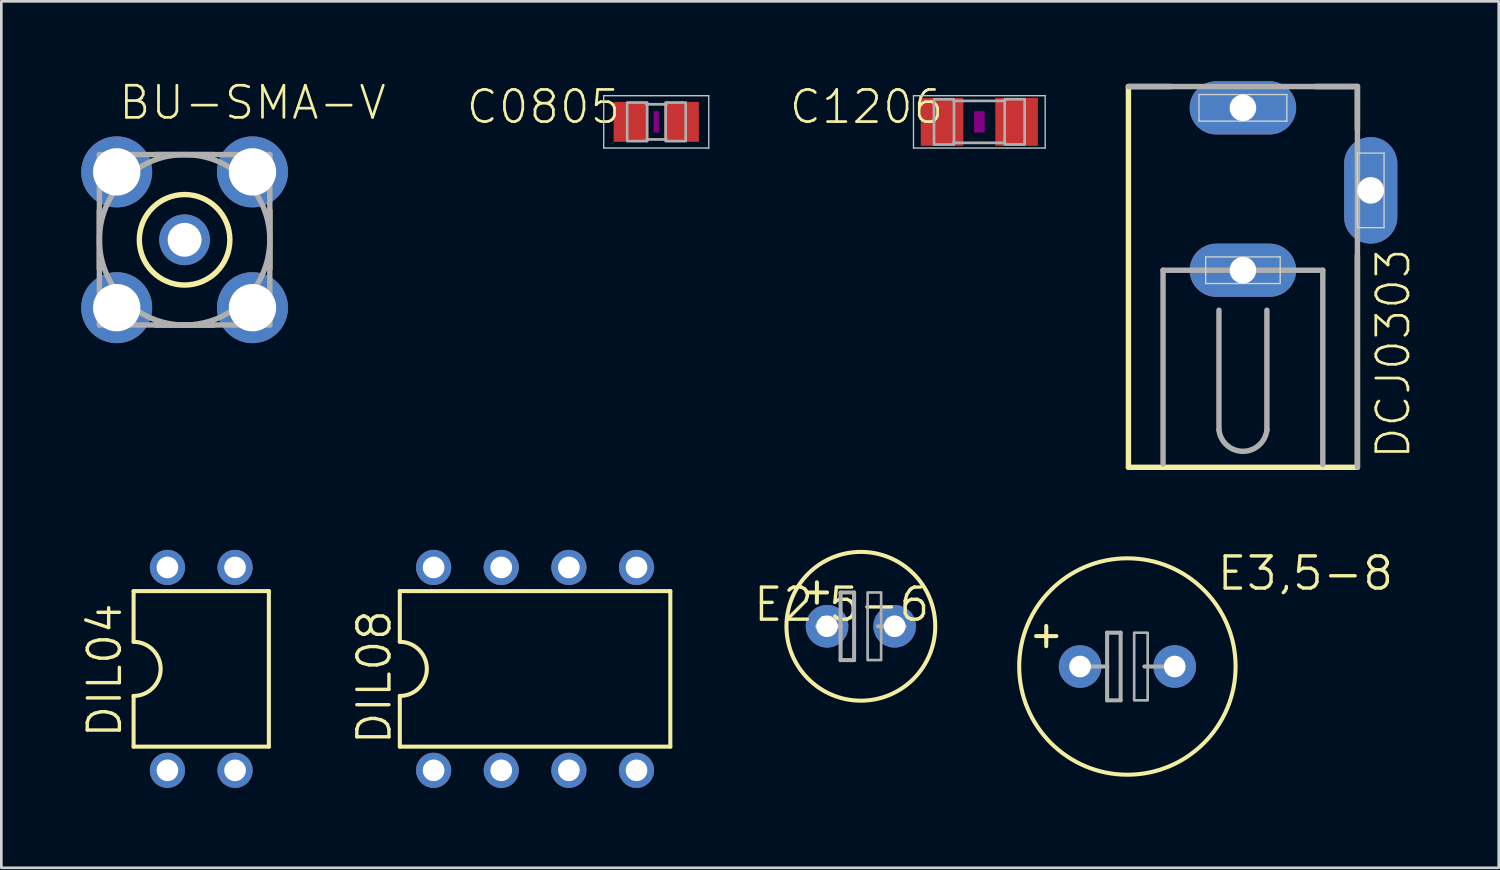
<source format=kicad_pcb>
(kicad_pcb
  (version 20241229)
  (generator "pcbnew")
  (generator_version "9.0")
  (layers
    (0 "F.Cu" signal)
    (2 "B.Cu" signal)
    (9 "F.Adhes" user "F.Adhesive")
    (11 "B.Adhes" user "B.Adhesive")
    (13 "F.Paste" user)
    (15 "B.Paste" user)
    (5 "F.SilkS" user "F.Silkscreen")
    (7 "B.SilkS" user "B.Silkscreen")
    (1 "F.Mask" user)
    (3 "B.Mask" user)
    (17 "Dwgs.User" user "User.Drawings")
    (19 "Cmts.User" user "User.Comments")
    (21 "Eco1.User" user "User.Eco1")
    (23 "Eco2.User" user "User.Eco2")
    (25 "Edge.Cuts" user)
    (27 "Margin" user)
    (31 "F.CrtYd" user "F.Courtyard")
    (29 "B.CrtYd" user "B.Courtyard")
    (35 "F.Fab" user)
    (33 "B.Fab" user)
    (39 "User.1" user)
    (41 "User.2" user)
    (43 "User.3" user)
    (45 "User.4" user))
  (footprint "BU-SMA-V"
    (layer "F.Cu")
    (at 3.883 5.956)
    (property "Reference" "BU-SMA-V" (at -2.54 -4.445 0) (layer "F.SilkS") (effects (font (size 1.206 1.206) (thickness 0.102)) (justify left bottom)))
    (attr through_hole)
    (fp_line (start -3.2 1.1) (end -3.2 -1.1) (stroke (width 0.203) (type solid)) (layer "F.SilkS"))
    (fp_line (start -1.1 -3.2) (end 1.1 -3.2) (stroke (width 0.203) (type solid)) (layer "F.SilkS"))
    (fp_line (start 1.1 3.2) (end -1.1 3.2) (stroke (width 0.203) (type solid)) (layer "F.SilkS"))
    (fp_line (start 3.2 -1.1) (end 3.2 1.1) (stroke (width 0.203) (type solid)) (layer "F.SilkS"))
    (fp_circle (center 0 0) (end 1.7 0) (stroke (width 0.203) (type solid)) (fill no) (layer "F.SilkS"))
    (fp_line (start -3.2 3.2) (end -3.2 -3.2) (stroke (width 0.203) (type solid)) (layer "F.Fab"))
    (fp_line (start -3.2 -3.2) (end 3.2 -3.2) (stroke (width 0.203) (type solid)) (layer "F.Fab"))
    (fp_line (start 3.2 3.2) (end -3.2 3.2) (stroke (width 0.203) (type solid)) (layer "F.Fab"))
    (fp_line (start 3.2 -3.2) (end 3.2 3.2) (stroke (width 0.203) (type solid)) (layer "F.Fab"))
    (fp_circle (center 0 0) (end 3.2 0) (stroke (width 0.203) (type solid)) (fill no) (layer "F.Fab"))
    (pad "1" thru_hole circle (at 0 0) (size 1.905 1.905) (drill 1.27) (layers "*.Cu" "*.Mask"))
    (pad "2" thru_hole circle (at -2.55 -2.55) (size 2.667 2.667) (drill 1.778) (layers "*.Cu" "*.Mask"))
    (pad "3" thru_hole circle (at 2.55 -2.55) (size 2.667 2.667) (drill 1.778) (layers "*.Cu" "*.Mask"))
    (pad "4" thru_hole circle (at 2.55 2.55) (size 2.667 2.667) (drill 1.778) (layers "*.Cu" "*.Mask"))
    (pad "5" thru_hole circle (at -2.55 2.55) (size 2.667 2.667) (drill 1.778) (layers "*.Cu" "*.Mask")))
  (footprint "DIL08"
    (layer "F.Cu")
    (at 17.046 22.072)
    (property "Reference" "DIL08" (at -5.334 2.921 90) (layer "F.SilkS") (effects (font (size 1.206 1.206) (thickness 0.127)) (justify left bottom)))
    (attr through_hole)
    (fp_line (start -5.08 -2.921) (end -5.08 -1.016) (stroke (width 0.152) (type solid)) (layer "F.SilkS"))
    (fp_line (start -5.08 2.921) (end -5.08 1.016) (stroke (width 0.152) (type solid)) (layer "F.SilkS"))
    (fp_line (start -5.08 2.921) (end 5.08 2.921) (stroke (width 0.152) (type solid)) (layer "F.SilkS"))
    (fp_line (start 5.08 -2.921) (end -5.08 -2.921) (stroke (width 0.152) (type solid)) (layer "F.SilkS"))
    (fp_line (start 5.08 -2.921) (end 5.08 2.921) (stroke (width 0.152) (type solid)) (layer "F.SilkS"))
    (fp_arc (start -5.08 -1.016) (mid -4.064 0) (end -5.08 1.016) (stroke (width 0.1524) (type solid)) (layer "F.SilkS"))
    (pad "1" thru_hole circle (at -3.81 3.81 270) (size 1.321 1.321) (drill 0.813) (layers "*.Cu" "*.Mask"))
    (pad "2" thru_hole circle (at -1.27 3.81 270) (size 1.321 1.321) (drill 0.813) (layers "*.Cu" "*.Mask"))
    (pad "3" thru_hole circle (at 1.27 3.81 270) (size 1.321 1.321) (drill 0.813) (layers "*.Cu" "*.Mask"))
    (pad "4" thru_hole circle (at 3.81 3.81 270) (size 1.321 1.321) (drill 0.813) (layers "*.Cu" "*.Mask"))
    (pad "5" thru_hole circle (at 3.81 -3.81 90) (size 1.321 1.321) (drill 0.813) (layers "*.Cu" "*.Mask"))
    (pad "6" thru_hole circle (at 1.27 -3.81 90) (size 1.321 1.321) (drill 0.813) (layers "*.Cu" "*.Mask"))
    (pad "7" thru_hole circle (at -1.27 -3.81 90) (size 1.321 1.321) (drill 0.813) (layers "*.Cu" "*.Mask"))
    (pad "8" thru_hole circle (at -3.81 -3.81 90) (size 1.321 1.321) (drill 0.813) (layers "*.Cu" "*.Mask")))
  (footprint "C0805"
    (layer "F.Cu")
    (at 21.597 1.527)
    (property "Reference" "C0805" (at -1.27 -1.27 0) (layer "F.SilkS") (effects (font (size 1.206 1.206) (thickness 0.102)) (justify right top)))
    (attr through_hole)
    (fp_poly (pts (xy -0.1 0.4) (xy 0.1 0.4) (xy 0.1 -0.4) (xy -0.1 -0.4)) (stroke (width 0) (type solid)) (fill yes) (layer "F.Adhes"))
    (fp_line (start -1.973 -0.983) (end 1.973 -0.983) (stroke (width 0.051) (type solid)) (layer "Dwgs.User"))
    (fp_line (start -1.973 0.983) (end -1.973 -0.983) (stroke (width 0.051) (type solid)) (layer "Dwgs.User"))
    (fp_line (start 1.973 -0.983) (end 1.973 0.983) (stroke (width 0.051) (type solid)) (layer "Dwgs.User"))
    (fp_line (start 1.973 0.983) (end -1.973 0.983) (stroke (width 0.051) (type solid)) (layer "Dwgs.User"))
    (fp_line (start -0.381 -0.66) (end 0.381 -0.66) (stroke (width 0.102) (type solid)) (layer "F.Fab"))
    (fp_line (start -0.356 0.66) (end 0.381 0.66) (stroke (width 0.102) (type solid)) (layer "F.Fab"))
    (fp_poly (pts (xy -1.092 0.724) (xy -0.342 0.724) (xy -0.342 -0.726) (xy -1.092 -0.726)) (stroke (width 0.1) (type solid)) (fill no) (layer "F.Fab"))
    (fp_poly (pts (xy 0.356 0.724) (xy 1.106 0.724) (xy 1.106 -0.726) (xy 0.356 -0.726)) (stroke (width 0.1) (type solid)) (fill no) (layer "F.Fab"))
    (pad "1" smd rect (at -0.95 0) (size 1.3 1.5) (layers "F.Cu" "F.Mask" "F.Paste"))
    (pad "2" smd rect (at 0.95 0) (size 1.3 1.5) (layers "F.Cu" "F.Mask" "F.Paste")))
  (footprint "C1206"
    (layer "F.Cu")
    (at 33.732 1.527)
    (property "Reference" "C1206" (at -1.27 -1.27 0) (layer "F.SilkS") (effects (font (size 1.206 1.206) (thickness 0.102)) (justify right top)))
    (attr through_hole)
    (fp_poly (pts (xy -0.2 0.4) (xy 0.2 0.4) (xy 0.2 -0.4) (xy -0.2 -0.4)) (stroke (width 0) (type solid)) (fill yes) (layer "F.Adhes"))
    (fp_line (start -2.473 -0.983) (end 2.473 -0.983) (stroke (width 0.051) (type solid)) (layer "Dwgs.User"))
    (fp_line (start -2.473 0.983) (end -2.473 -0.983) (stroke (width 0.051) (type solid)) (layer "Dwgs.User"))
    (fp_line (start 2.473 -0.983) (end 2.473 0.983) (stroke (width 0.051) (type solid)) (layer "Dwgs.User"))
    (fp_line (start 2.473 0.983) (end -2.473 0.983) (stroke (width 0.051) (type solid)) (layer "Dwgs.User"))
    (fp_line (start -0.965 -0.787) (end 0.965 -0.787) (stroke (width 0.102) (type solid)) (layer "F.Fab"))
    (fp_line (start -0.965 0.787) (end 0.965 0.787) (stroke (width 0.102) (type solid)) (layer "F.Fab"))
    (fp_poly (pts (xy -1.702 0.851) (xy -0.952 0.851) (xy -0.952 -0.849) (xy -1.702 -0.849)) (stroke (width 0.1) (type solid)) (fill no) (layer "F.Fab"))
    (fp_poly (pts (xy 0.952 0.849) (xy 1.702 0.849) (xy 1.702 -0.851) (xy 0.952 -0.851)) (stroke (width 0.1) (type solid)) (fill no) (layer "F.Fab"))
    (pad "1" smd rect (at -1.4 0) (size 1.6 1.8) (layers "F.Cu" "F.Mask" "F.Paste"))
    (pad "2" smd rect (at 1.4 0) (size 1.6 1.8) (layers "F.Cu" "F.Mask" "F.Paste")))
  (footprint "E3,5-8"
    (layer "F.Cu")
    (at 39.293 21.983)
    (property "Reference" "E3,5-8" (at 3.302 -2.794 0) (layer "F.SilkS") (effects (font (size 1.206 1.206) (thickness 0.127)) (justify left bottom)))
    (attr through_hole)
    (fp_line (start -3.429 -1.143) (end -2.667 -1.143) (stroke (width 0.152) (type solid)) (layer "F.SilkS"))
    (fp_line (start -3.048 -0.762) (end -3.048 -1.524) (stroke (width 0.152) (type solid)) (layer "F.SilkS"))
    (fp_circle (center 0 0) (end 4.064 0) (stroke (width 0.152) (type solid)) (fill no) (layer "F.SilkS"))
    (fp_line (start -1.651 0) (end -0.762 0) (stroke (width 0.152) (type solid)) (layer "F.Fab"))
    (fp_line (start -0.762 -1.27) (end -0.762 0) (stroke (width 0.152) (type solid)) (layer "F.Fab"))
    (fp_line (start -0.762 0) (end -0.762 1.27) (stroke (width 0.152) (type solid)) (layer "F.Fab"))
    (fp_line (start -0.762 1.27) (end -0.254 1.27) (stroke (width 0.152) (type solid)) (layer "F.Fab"))
    (fp_line (start -0.254 -1.27) (end -0.762 -1.27) (stroke (width 0.152) (type solid)) (layer "F.Fab"))
    (fp_line (start -0.254 1.27) (end -0.254 -1.27) (stroke (width 0.152) (type solid)) (layer "F.Fab"))
    (fp_line (start 0.635 0) (end 1.651 0) (stroke (width 0.152) (type solid)) (layer "F.Fab"))
    (fp_poly (pts (xy 0.254 1.27) (xy 0.762 1.27) (xy 0.762 -1.27) (xy 0.254 -1.27)) (stroke (width 0.1) (type solid)) (fill no) (layer "F.Fab"))
    (pad "+" thru_hole circle (at -1.778 0) (size 1.6 1.6) (drill 0.813) (layers "*.Cu" "*.Mask"))
    (pad "-" thru_hole circle (at 1.778 0) (size 1.6 1.6) (drill 0.813) (layers "*.Cu" "*.Mask")))
  (footprint "DIL04"
    (layer "F.Cu")
    (at 4.508 22.072)
    (property "Reference" "DIL04" (at -2.921 2.667 90) (layer "F.SilkS") (effects (font (size 1.206 1.206) (thickness 0.127)) (justify left bottom)))
    (attr through_hole)
    (fp_line (start -2.54 -2.921) (end -2.54 -1.016) (stroke (width 0.152) (type solid)) (layer "F.SilkS"))
    (fp_line (start -2.54 2.921) (end -2.54 1.016) (stroke (width 0.152) (type solid)) (layer "F.SilkS"))
    (fp_line (start -2.54 2.921) (end 2.54 2.921) (stroke (width 0.152) (type solid)) (layer "F.SilkS"))
    (fp_line (start 2.54 -2.921) (end -2.54 -2.921) (stroke (width 0.152) (type solid)) (layer "F.SilkS"))
    (fp_line (start 2.54 -2.921) (end 2.54 2.921) (stroke (width 0.152) (type solid)) (layer "F.SilkS"))
    (fp_arc (start -2.54 -1.016) (mid -1.524 0) (end -2.54 1.016) (stroke (width 0.1524) (type solid)) (layer "F.SilkS"))
    (pad "1" thru_hole circle (at -1.27 3.81 270) (size 1.321 1.321) (drill 0.813) (layers "*.Cu" "*.Mask"))
    (pad "2" thru_hole circle (at 1.27 3.81 270) (size 1.321 1.321) (drill 0.813) (layers "*.Cu" "*.Mask"))
    (pad "3" thru_hole circle (at 1.27 -3.81 90) (size 1.321 1.321) (drill 0.813) (layers "*.Cu" "*.Mask"))
    (pad "4" thru_hole circle (at -1.27 -3.81 90) (size 1.321 1.321) (drill 0.813) (layers "*.Cu" "*.Mask")))
  (footprint "E2,5-6"
    (layer "F.Cu")
    (at 29.282 20.472)
    (property "Reference" "E2,5-6" (at 2.667 -1.524 0) (layer "F.SilkS") (effects (font (size 1.206 1.206) (thickness 0.127)) (justify right top)))
    (attr through_hole)
    (fp_line (start -2.032 -1.27) (end -1.651 -1.27) (stroke (width 0.152) (type solid)) (layer "F.SilkS"))
    (fp_line (start -1.651 -1.27) (end -1.651 -1.651) (stroke (width 0.152) (type solid)) (layer "F.SilkS"))
    (fp_line (start -1.651 -1.27) (end -1.27 -1.27) (stroke (width 0.152) (type solid)) (layer "F.SilkS"))
    (fp_line (start -1.651 -0.889) (end -1.651 -1.27) (stroke (width 0.152) (type solid)) (layer "F.SilkS"))
    (fp_circle (center 0 0) (end 2.794 0) (stroke (width 0.152) (type solid)) (fill no) (layer "F.SilkS"))
    (fp_line (start -1.651 0) (end -0.762 0) (stroke (width 0.152) (type solid)) (layer "F.Fab"))
    (fp_line (start -0.762 -1.27) (end -0.762 0) (stroke (width 0.152) (type solid)) (layer "F.Fab"))
    (fp_line (start -0.762 0) (end -0.762 1.27) (stroke (width 0.152) (type solid)) (layer "F.Fab"))
    (fp_line (start -0.762 1.27) (end -0.254 1.27) (stroke (width 0.152) (type solid)) (layer "F.Fab"))
    (fp_line (start -0.254 -1.27) (end -0.762 -1.27) (stroke (width 0.152) (type solid)) (layer "F.Fab"))
    (fp_line (start -0.254 1.27) (end -0.254 -1.27) (stroke (width 0.152) (type solid)) (layer "F.Fab"))
    (fp_line (start 0.635 0) (end 1.651 0) (stroke (width 0.152) (type solid)) (layer "F.Fab"))
    (fp_poly (pts (xy 0.254 1.27) (xy 0.762 1.27) (xy 0.762 -1.27) (xy 0.254 -1.27)) (stroke (width 0.1) (type solid)) (fill no) (layer "F.Fab"))
    (pad "+" thru_hole circle (at -1.27 0) (size 1.6 1.6) (drill 0.813) (layers "*.Cu" "*.Mask"))
    (pad "-" thru_hole circle (at 1.27 0) (size 1.6 1.6) (drill 0.813) (layers "*.Cu" "*.Mask")))
  (footprint "DCJ0303"
    (layer "F.Cu")
    (at 43.632 4.1)
    (property "Reference" "DCJ0303" (at 6.35 10.16 90) (layer "F.SilkS") (effects (font (size 1.206 1.206) (thickness 0.102)) (justify left bottom)))
    (attr through_hole)
    (fp_line (start -4.3 -3.9) (end -4.3 10.4) (stroke (width 0.203) (type solid)) (layer "F.SilkS"))
    (fp_line (start -4.3 10.4) (end 4.3 10.4) (stroke (width 0.203) (type solid)) (layer "F.SilkS"))
    (fp_line (start -2.7 -3.9) (end -4.3 -3.9) (stroke (width 0.203) (type solid)) (layer "F.SilkS"))
    (fp_line (start 4.3 -3.9) (end 2.7 -3.9) (stroke (width 0.203) (type solid)) (layer "F.SilkS"))
    (fp_line (start 4.3 -2.3) (end 4.3 -3.9) (stroke (width 0.203) (type solid)) (layer "F.SilkS"))
    (fp_line (start 4.3 10.4) (end 4.3 2.45) (stroke (width 0.203) (type solid)) (layer "F.SilkS"))
    (fp_line (start -1.65 -3.6) (end 1.65 -3.6) (stroke (width 0.05) (type solid)) (layer "Edge.Cuts"))
    (fp_line (start -1.65 -2.6) (end -1.65 -3.6) (stroke (width 0.05) (type solid)) (layer "Edge.Cuts"))
    (fp_line (start -1.4 2.5) (end 1.4 2.5) (stroke (width 0.05) (type solid)) (layer "Edge.Cuts"))
    (fp_line (start -1.4 3.5) (end -1.4 2.5) (stroke (width 0.05) (type solid)) (layer "Edge.Cuts"))
    (fp_line (start 1.4 2.5) (end 1.4 3.5) (stroke (width 0.05) (type solid)) (layer "Edge.Cuts"))
    (fp_line (start 1.4 3.5) (end -1.4 3.5) (stroke (width 0.05) (type solid)) (layer "Edge.Cuts"))
    (fp_line (start 1.65 -3.6) (end 1.65 -2.6) (stroke (width 0.05) (type solid)) (layer "Edge.Cuts"))
    (fp_line (start 1.65 -2.6) (end -1.65 -2.6) (stroke (width 0.05) (type solid)) (layer "Edge.Cuts"))
    (fp_line (start 4.3 -1.4) (end 4.3 1.4) (stroke (width 0.05) (type solid)) (layer "Edge.Cuts"))
    (fp_line (start 4.3 1.4) (end 5.3 1.4) (stroke (width 0.05) (type solid)) (layer "Edge.Cuts"))
    (fp_line (start 5.3 -1.4) (end 4.3 -1.4) (stroke (width 0.05) (type solid)) (layer "Edge.Cuts"))
    (fp_line (start 5.3 1.4) (end 5.3 -1.4) (stroke (width 0.05) (type solid)) (layer "Edge.Cuts"))
    (fp_line (start -3 10.275) (end -3 3) (stroke (width 0.203) (type solid)) (layer "F.Fab"))
    (fp_line (start -0.9 9) (end -0.9 4.5) (stroke (width 0.203) (type solid)) (layer "F.Fab"))
    (fp_line (start 0.9 9) (end 0.9 4.5) (stroke (width 0.203) (type solid)) (layer "F.Fab"))
    (fp_line (start 3 3) (end -3 3) (stroke (width 0.203) (type solid)) (layer "F.Fab"))
    (fp_line (start 3 10.3) (end 3 3) (stroke (width 0.203) (type solid)) (layer "F.Fab"))
    (fp_line (start 4.3 -3.9) (end -4.3 -3.9) (stroke (width 0.203) (type solid)) (layer "F.Fab"))
    (fp_line (start 4.3 10.4) (end 4.3 -3.9) (stroke (width 0.203) (type solid)) (layer "F.Fab"))
    (fp_arc (start 0.9 8.999998) (mid 0.000001 9.800308) (end -0.9 9) (stroke (width 0.2032) (type solid)) (layer "F.Fab"))
    (pad "1" thru_hole oval (at 0 -3.1 180) (size 4 2) (drill 1) (layers "*.Cu" "*.Mask"))
    (pad "2" thru_hole oval (at 4.8 0 90) (size 4 2) (drill 1) (layers "*.Cu" "*.Mask"))
    (pad "3" thru_hole oval (at 0 3 180) (size 4 2) (drill 1) (layers "*.Cu" "*.Mask")))
  (gr_rect
    (start -3 -3)
    (end 53.239 29.542)
    (stroke (width 0.1) (type default))
    (fill no)
    (layer "Edge.Cuts")))
</source>
